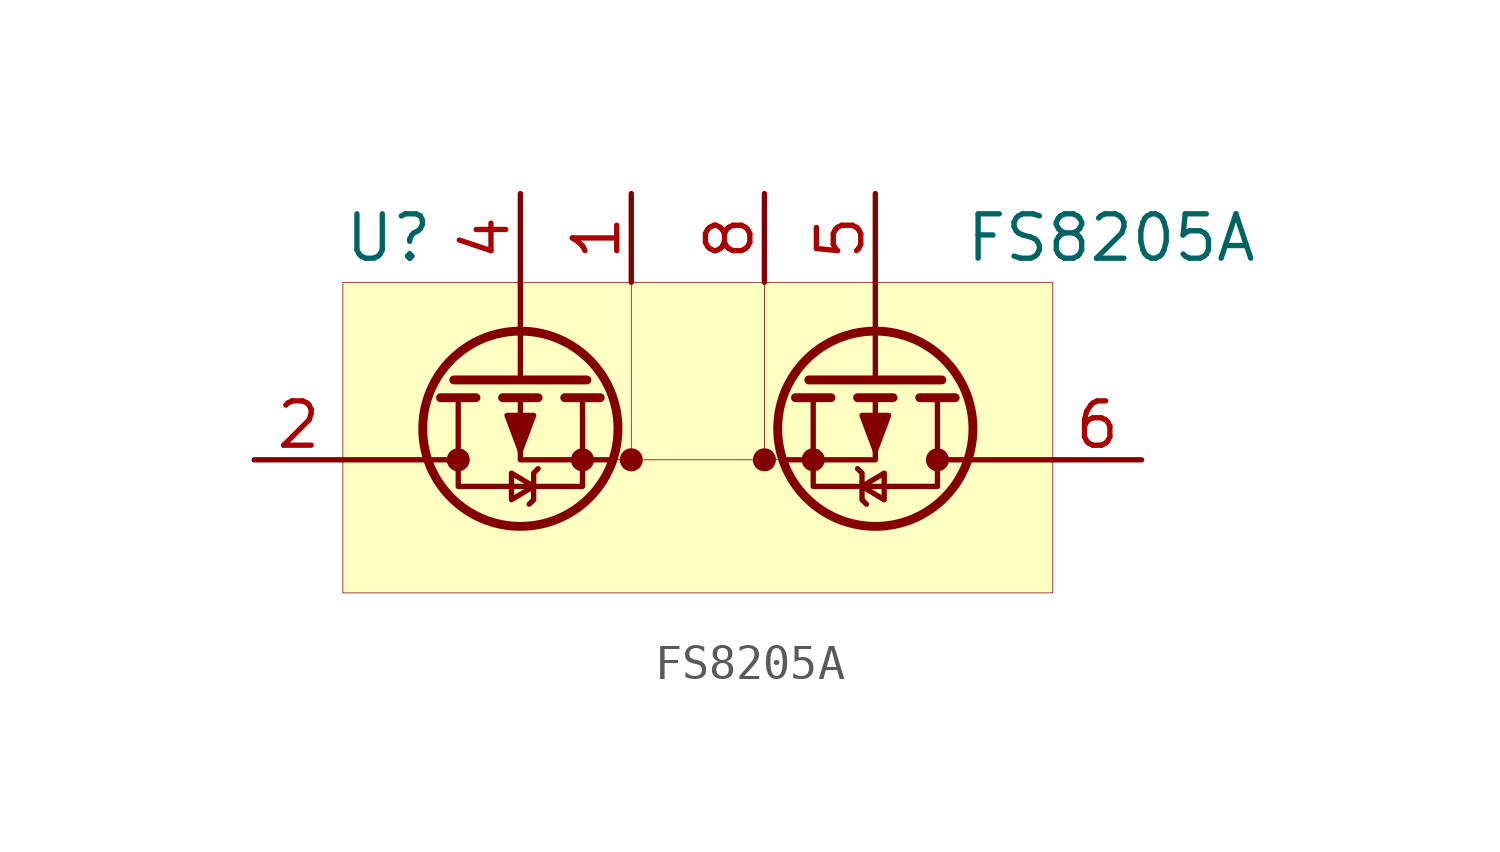
<source format=kicad_sym>
(kicad_symbol_lib
  (version 20201005)
  (generator kicad_symbol_editor)
  (symbol "FS8205A:FS8205A"
    (pin_names
      (offset 0) hide)
    (property "Reference" "U"
      (at -10.16 6.35 0)
      (effects (font (size 1.27 1.27)) (justify left)))
    (property "Value" "FS8205A"
      (at 7.62 6.35 0)
      (effects (font (size 1.27 1.27)) (justify left)))
    (symbol "FS8205A_0_1"
      (circle (center -5.08 0.889) (radius 2.794) (stroke (width 0.254)) (fill (type none)))
      (circle (center -3.302 0) (radius 0.254) (stroke (width 0)) (fill (type outline)))
      (circle (center -6.858 0) (radius 0.254) (stroke (width 0)) (fill (type outline)))
      (circle (center 6.858 0) (radius 0.254) (stroke (width 0)) (fill (type outline)))
      (circle (center 5.08 0.889) (radius 2.794) (stroke (width 0.254)) (fill (type none)))
      (circle (center 3.302 0) (radius 0.254) (stroke (width 0)) (fill (type outline)))
      (circle (center -1.905 0) (radius 0.254) (stroke (width 0)) (fill (type outline)))
      (circle (center 1.905 0) (radius 0.254) (stroke (width 0)) (fill (type outline)))
      (rectangle (start -10.16 5.08) (end 10.16 -3.81) (stroke (width 0.001)) (fill (type background)))
      (polyline (pts (xy -5.08 2.286) (xy -5.08 5.08)) (stroke (width 0)) (fill (type none)))
      (polyline (pts (xy -6.985 2.286) (xy -3.175 2.286)) (stroke (width 0.254)) (fill (type none)))
      (polyline (pts (xy -3.81 1.778) (xy -2.794 1.778)) (stroke (width 0.254)) (fill (type none)))
      (polyline (pts (xy -5.588 1.778) (xy -4.572 1.778)) (stroke (width 0.254)) (fill (type none)))
      (polyline (pts (xy -7.366 1.778) (xy -6.35 1.778)) (stroke (width 0.254)) (fill (type none)))
      (polyline (pts (xy -10.16 0) (xy -6.858 0)) (stroke (width 0)) (fill (type none)))
      (polyline (pts (xy -2.54 0) (xy -5.08 0) (xy -5.08 1.778)) (stroke (width 0)) (fill (type none)))
      (polyline (pts (xy -6.858 1.778) (xy -6.858 -0.762) (xy -3.302 -0.762) (xy -3.302 1.778)) (stroke (width 0)) (fill (type none)))
      (polyline (pts (xy -5.08 0.254) (xy -5.461 1.27) (xy -4.699 1.27) (xy -5.08 0.254)) (stroke (width 0)) (fill (type outline)))
      (polyline (pts (xy -4.572 -0.254) (xy -4.699 -0.381) (xy -4.699 -1.143) (xy -4.826 -1.27)) (stroke (width 0)) (fill (type none)))
      (polyline (pts (xy -4.699 -0.762) (xy -5.334 -0.381) (xy -5.334 -1.143) (xy -4.699 -0.762)) (stroke (width 0)) (fill (type none)))
      (polyline (pts (xy 6.858 1.778) (xy 6.858 -0.762) (xy 3.302 -0.762) (xy 3.302 1.778)) (stroke (width 0)) (fill (type none)))
      (polyline (pts (xy 5.08 0.254) (xy 5.461 1.27) (xy 4.699 1.27) (xy 5.08 0.254)) (stroke (width 0)) (fill (type outline)))
      (polyline (pts (xy 10.16 0) (xy 6.858 0)) (stroke (width 0)) (fill (type none)))
      (polyline (pts (xy 5.588 1.778) (xy 4.572 1.778)) (stroke (width 0.254)) (fill (type none)))
      (polyline (pts (xy 4.572 -0.254) (xy 4.699 -0.381) (xy 4.699 -1.143) (xy 4.826 -1.27)) (stroke (width 0)) (fill (type none)))
      (polyline (pts (xy 3.81 1.778) (xy 2.794 1.778)) (stroke (width 0.254)) (fill (type none)))
      (polyline (pts (xy 2.54 0) (xy 5.08 0) (xy 5.08 1.778)) (stroke (width 0)) (fill (type none)))
      (polyline (pts (xy 6.985 2.286) (xy 3.175 2.286)) (stroke (width 0.254)) (fill (type none)))
      (polyline (pts (xy 5.08 2.286) (xy 5.08 5.08)) (stroke (width 0)) (fill (type none)))
      (polyline (pts (xy 7.366 1.778) (xy 6.35 1.778)) (stroke (width 0.254)) (fill (type none)))
      (polyline (pts (xy 4.699 -0.762) (xy 5.334 -0.381) (xy 5.334 -1.143) (xy 4.699 -0.762)) (stroke (width 0)) (fill (type none)))
      (polyline (pts (xy 2.54 0) (xy -2.54 0)) (stroke (width 0.001)) (fill (type none)))
      (polyline (pts (xy -1.905 0) (xy -1.905 5.08)) (stroke (width 0.001)) (fill (type none)))
      (polyline (pts (xy 1.905 0) (xy 1.905 5.08)) (stroke (width 0.001)) (fill (type none))))
    (symbol "FS8205A_1_1"
      (pin passive line (at -12.7 0 0) (length 2.54) (name "S1" (effects (font (size 1.27 1.27)))) (number "2" (effects (font (size 1.27 1.27)))))
      (pin input line (at -5.08 7.62 270) (length 2.54) (name "G1" (effects (font (size 1.27 1.27)))) (number "4" (effects (font (size 1.27 1.27)))))
      (pin input line (at 5.08 7.62 270) (length 2.54) (name "G2" (effects (font (size 1.27 1.27)))) (number "5" (effects (font (size 1.27 1.27)))))
      (pin passive line (at 12.7 0 180) (length 2.54) (name "S2" (effects (font (size 1.27 1.27)))) (number "6" (effects (font (size 1.27 1.27)))))
      (pin passive line (at -1.905 7.62 270) (length 2.54) (name "D12" (effects (font (size 1.27 1.27)))) (number "1" (effects (font (size 1.27 1.27)))))
      (pin passive line (at -12.7 0 0) (length 2.54) hide (name "S1" (effects (font (size 1.27 1.27)))) (number "3" (effects (font (size 1.27 1.27)))))
      (pin passive line (at 1.905 7.62 270) (length 2.54) (name "D12" (effects (font (size 1.27 1.27)))) (number "8" (effects (font (size 1.27 1.27)))))
      (pin passive line (at 12.7 0 180) (length 2.54) hide (name "S2" (effects (font (size 1.27 1.27)))) (number "7" (effects (font (size 1.27 1.27))))))))
</source>
